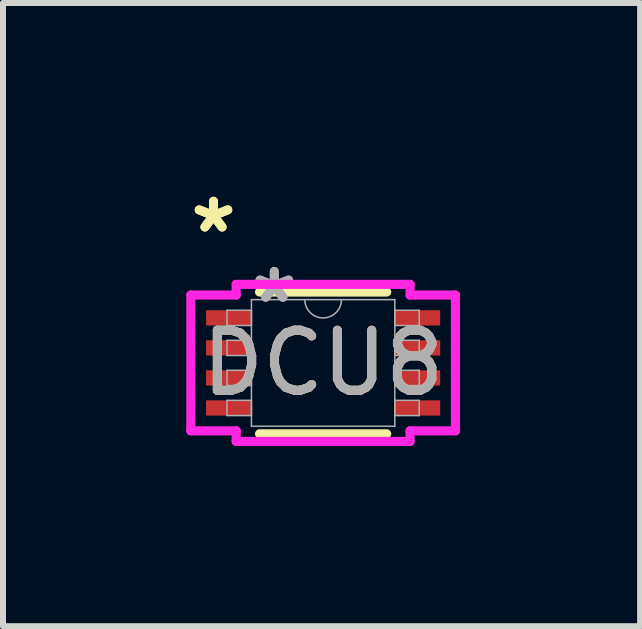
<source format=kicad_pcb>
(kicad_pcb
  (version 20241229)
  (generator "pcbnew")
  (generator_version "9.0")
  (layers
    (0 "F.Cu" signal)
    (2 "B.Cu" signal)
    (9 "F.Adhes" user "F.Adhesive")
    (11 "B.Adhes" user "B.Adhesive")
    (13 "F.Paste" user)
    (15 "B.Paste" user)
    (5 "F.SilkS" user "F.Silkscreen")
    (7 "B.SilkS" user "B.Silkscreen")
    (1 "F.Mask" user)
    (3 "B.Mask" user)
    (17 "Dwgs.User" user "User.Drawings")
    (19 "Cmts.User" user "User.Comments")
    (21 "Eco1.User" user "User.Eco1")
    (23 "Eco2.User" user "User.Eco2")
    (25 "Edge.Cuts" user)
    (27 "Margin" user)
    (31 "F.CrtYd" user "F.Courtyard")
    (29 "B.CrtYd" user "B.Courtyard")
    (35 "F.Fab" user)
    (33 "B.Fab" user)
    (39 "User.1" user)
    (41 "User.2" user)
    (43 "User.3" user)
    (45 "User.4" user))
  (footprint "DCU8"
    (layer "F.Cu")
    (at 2.332 2.995)
    (property "Reference" "DCU8" (at 0 0 0) (unlocked yes) (layer "F.SilkS") (effects (font (size 1 1) (thickness 0.15))))
    (attr smd)
    (fp_line (start -1.059 1.181) (end 1.059 1.181) (stroke (width 0.152) (type solid)) (layer "F.SilkS"))
    (fp_line (start 1.059 -1.181) (end -1.059 -1.181) (stroke (width 0.152) (type solid)) (layer "F.SilkS"))
    (fp_line (start -2.204 -1.131) (end -1.448 -1.131) (stroke (width 0.152) (type solid)) (layer "F.CrtYd"))
    (fp_line (start -2.204 1.131) (end -2.204 -1.131) (stroke (width 0.152) (type solid)) (layer "F.CrtYd"))
    (fp_line (start -2.204 1.131) (end -1.448 1.131) (stroke (width 0.152) (type solid)) (layer "F.CrtYd"))
    (fp_line (start -1.448 -1.308) (end 1.448 -1.308) (stroke (width 0.152) (type solid)) (layer "F.CrtYd"))
    (fp_line (start -1.448 -1.131) (end -1.448 -1.308) (stroke (width 0.152) (type solid)) (layer "F.CrtYd"))
    (fp_line (start -1.448 1.308) (end -1.448 1.131) (stroke (width 0.152) (type solid)) (layer "F.CrtYd"))
    (fp_line (start 1.448 -1.308) (end 1.448 -1.131) (stroke (width 0.152) (type solid)) (layer "F.CrtYd"))
    (fp_line (start 1.448 1.131) (end 1.448 1.308) (stroke (width 0.152) (type solid)) (layer "F.CrtYd"))
    (fp_line (start 1.448 1.308) (end -1.448 1.308) (stroke (width 0.152) (type solid)) (layer "F.CrtYd"))
    (fp_line (start 2.204 -1.131) (end 1.448 -1.131) (stroke (width 0.152) (type solid)) (layer "F.CrtYd"))
    (fp_line (start 2.204 -1.131) (end 2.204 1.131) (stroke (width 0.152) (type solid)) (layer "F.CrtYd"))
    (fp_line (start 2.204 1.131) (end 1.448 1.131) (stroke (width 0.152) (type solid)) (layer "F.CrtYd"))
    (fp_line (start -1.6 -0.877) (end -1.6 -0.623) (stroke (width 0.025) (type solid)) (layer "F.Fab"))
    (fp_line (start -1.6 -0.623) (end -1.194 -0.623) (stroke (width 0.025) (type solid)) (layer "F.Fab"))
    (fp_line (start -1.6 -0.377) (end -1.6 -0.123) (stroke (width 0.025) (type solid)) (layer "F.Fab"))
    (fp_line (start -1.6 -0.123) (end -1.194 -0.123) (stroke (width 0.025) (type solid)) (layer "F.Fab"))
    (fp_line (start -1.6 0.123) (end -1.6 0.377) (stroke (width 0.025) (type solid)) (layer "F.Fab"))
    (fp_line (start -1.6 0.377) (end -1.194 0.377) (stroke (width 0.025) (type solid)) (layer "F.Fab"))
    (fp_line (start -1.6 0.623) (end -1.6 0.877) (stroke (width 0.025) (type solid)) (layer "F.Fab"))
    (fp_line (start -1.6 0.877) (end -1.194 0.877) (stroke (width 0.025) (type solid)) (layer "F.Fab"))
    (fp_line (start -1.194 -1.054) (end -1.194 1.054) (stroke (width 0.025) (type solid)) (layer "F.Fab"))
    (fp_line (start -1.194 -0.877) (end -1.6 -0.877) (stroke (width 0.025) (type solid)) (layer "F.Fab"))
    (fp_line (start -1.194 -0.623) (end -1.194 -0.877) (stroke (width 0.025) (type solid)) (layer "F.Fab"))
    (fp_line (start -1.194 -0.377) (end -1.6 -0.377) (stroke (width 0.025) (type solid)) (layer "F.Fab"))
    (fp_line (start -1.194 -0.123) (end -1.194 -0.377) (stroke (width 0.025) (type solid)) (layer "F.Fab"))
    (fp_line (start -1.194 0.123) (end -1.6 0.123) (stroke (width 0.025) (type solid)) (layer "F.Fab"))
    (fp_line (start -1.194 0.377) (end -1.194 0.123) (stroke (width 0.025) (type solid)) (layer "F.Fab"))
    (fp_line (start -1.194 0.623) (end -1.6 0.623) (stroke (width 0.025) (type solid)) (layer "F.Fab"))
    (fp_line (start -1.194 0.877) (end -1.194 0.623) (stroke (width 0.025) (type solid)) (layer "F.Fab"))
    (fp_line (start -1.194 1.054) (end 1.194 1.054) (stroke (width 0.025) (type solid)) (layer "F.Fab"))
    (fp_line (start 1.194 -1.054) (end -1.194 -1.054) (stroke (width 0.025) (type solid)) (layer "F.Fab"))
    (fp_line (start 1.194 -0.877) (end 1.194 -0.623) (stroke (width 0.025) (type solid)) (layer "F.Fab"))
    (fp_line (start 1.194 -0.623) (end 1.6 -0.623) (stroke (width 0.025) (type solid)) (layer "F.Fab"))
    (fp_line (start 1.194 -0.377) (end 1.194 -0.123) (stroke (width 0.025) (type solid)) (layer "F.Fab"))
    (fp_line (start 1.194 -0.123) (end 1.6 -0.123) (stroke (width 0.025) (type solid)) (layer "F.Fab"))
    (fp_line (start 1.194 0.123) (end 1.194 0.377) (stroke (width 0.025) (type solid)) (layer "F.Fab"))
    (fp_line (start 1.194 0.377) (end 1.6 0.377) (stroke (width 0.025) (type solid)) (layer "F.Fab"))
    (fp_line (start 1.194 0.623) (end 1.194 0.877) (stroke (width 0.025) (type solid)) (layer "F.Fab"))
    (fp_line (start 1.194 0.877) (end 1.6 0.877) (stroke (width 0.025) (type solid)) (layer "F.Fab"))
    (fp_line (start 1.194 1.054) (end 1.194 -1.054) (stroke (width 0.025) (type solid)) (layer "F.Fab"))
    (fp_line (start 1.6 -0.877) (end 1.194 -0.877) (stroke (width 0.025) (type solid)) (layer "F.Fab"))
    (fp_line (start 1.6 -0.623) (end 1.6 -0.877) (stroke (width 0.025) (type solid)) (layer "F.Fab"))
    (fp_line (start 1.6 -0.377) (end 1.194 -0.377) (stroke (width 0.025) (type solid)) (layer "F.Fab"))
    (fp_line (start 1.6 -0.123) (end 1.6 -0.377) (stroke (width 0.025) (type solid)) (layer "F.Fab"))
    (fp_line (start 1.6 0.123) (end 1.194 0.123) (stroke (width 0.025) (type solid)) (layer "F.Fab"))
    (fp_line (start 1.6 0.377) (end 1.6 0.123) (stroke (width 0.025) (type solid)) (layer "F.Fab"))
    (fp_line (start 1.6 0.623) (end 1.194 0.623) (stroke (width 0.025) (type solid)) (layer "F.Fab"))
    (fp_line (start 1.6 0.877) (end 1.6 0.623) (stroke (width 0.025) (type solid)) (layer "F.Fab"))
    (fp_arc (start 0.3048 -1.0541) (mid 0 -0.7493) (end -0.3048 -1.0541) (stroke (width 0.0254) (type solid)) (layer "F.Fab"))
    (fp_text user "*" (at -1.826 -2.147 0) (unlocked yes) (layer "F.SilkS") (effects (font (size 1 1) (thickness 0.15))))
    (fp_text user "*" (at -1.826 -2.147 0) (layer "F.SilkS") (effects (font (size 1 1) (thickness 0.15))))
    (fp_text user "${REFERENCE}" (at 0 0 0) (unlocked yes) (layer "F.Fab") (effects (font (size 1 1) (thickness 0.15))))
    (fp_text user "*" (at -0.813 -0.978 0) (unlocked yes) (layer "F.Fab") (effects (font (size 1 1) (thickness 0.15))))
    (fp_text user "*" (at -0.813 -0.978 0) (layer "F.Fab") (effects (font (size 1 1) (thickness 0.15))))
    (pad "1" smd rect (at -1.572 -0.75) (size 0.756 0.254) (layers "F.Cu" "F.Mask" "F.Paste"))
    (pad "2" smd rect (at -1.572 -0.25) (size 0.756 0.254) (layers "F.Cu" "F.Mask" "F.Paste"))
    (pad "3" smd rect (at -1.572 0.25) (size 0.756 0.254) (layers "F.Cu" "F.Mask" "F.Paste"))
    (pad "4" smd rect (at -1.572 0.75) (size 0.756 0.254) (layers "F.Cu" "F.Mask" "F.Paste"))
    (pad "5" smd rect (at 1.572 0.75) (size 0.756 0.254) (layers "F.Cu" "F.Mask" "F.Paste"))
    (pad "6" smd rect (at 1.572 0.25) (size 0.756 0.254) (layers "F.Cu" "F.Mask" "F.Paste"))
    (pad "7" smd rect (at 1.572 -0.25) (size 0.756 0.254) (layers "F.Cu" "F.Mask" "F.Paste"))
    (pad "8" smd rect (at 1.572 -0.75) (size 0.756 0.254) (layers "F.Cu" "F.Mask" "F.Paste")))
  (gr_rect
    (start -3 -3)
    (end 7.612 7.38)
    (stroke (width 0.1) (type default))
    (fill no)
    (layer "Edge.Cuts")))
</source>
